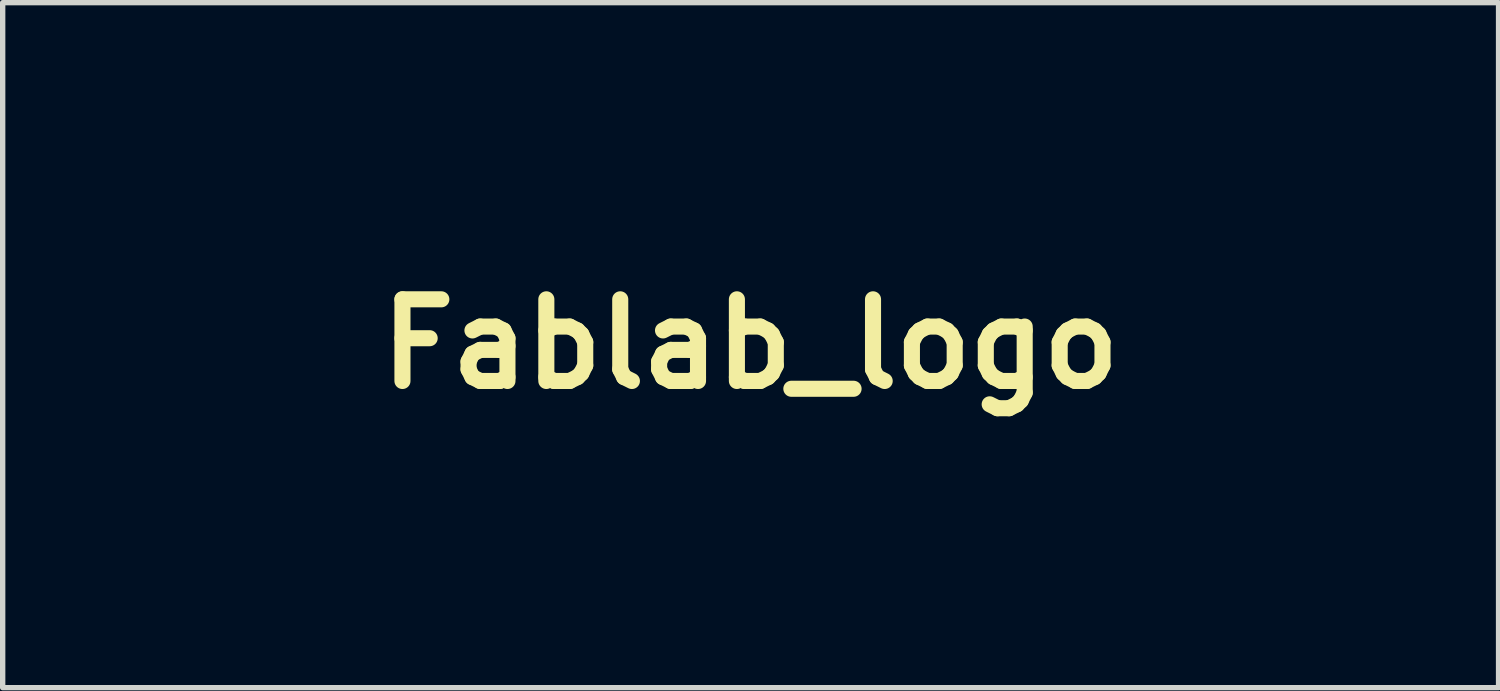
<source format=kicad_pcb>
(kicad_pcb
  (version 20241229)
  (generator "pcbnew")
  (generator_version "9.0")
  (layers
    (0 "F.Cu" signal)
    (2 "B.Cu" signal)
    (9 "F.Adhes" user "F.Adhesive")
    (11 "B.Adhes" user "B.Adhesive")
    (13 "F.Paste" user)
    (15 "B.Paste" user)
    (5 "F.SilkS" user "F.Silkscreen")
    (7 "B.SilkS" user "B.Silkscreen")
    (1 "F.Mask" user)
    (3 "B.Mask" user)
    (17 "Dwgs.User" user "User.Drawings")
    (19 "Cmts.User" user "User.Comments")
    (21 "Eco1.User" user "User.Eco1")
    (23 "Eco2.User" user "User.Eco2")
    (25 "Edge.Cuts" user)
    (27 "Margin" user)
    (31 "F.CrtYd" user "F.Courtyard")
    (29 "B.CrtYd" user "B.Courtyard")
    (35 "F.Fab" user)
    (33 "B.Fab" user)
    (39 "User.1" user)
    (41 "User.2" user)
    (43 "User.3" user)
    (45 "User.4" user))
  (footprint "Fablab_logo"
    (layer "F.Cu")
    (at 10.955 3.37)
    (property "Reference" "Fablab_logo" (at 0 0 0) (layer "F.SilkS") (effects (font (size 1.524 1.524) (thickness 0.3))))
    (attr through_hole)
    (fp_poly (pts (xy 4.223 -0.222) (xy 5.747 -0.222) (xy 5.747 0.318) (xy 3.651 0.318) (xy 3.651 -3.365) (xy 4.223 -3.365) (xy 4.223 -0.222)) (stroke (width 0.01) (type solid)) (fill yes) (layer "F.Mask"))
    (fp_poly (pts (xy 9.176 2.889) (xy 8.635 2.889) (xy 8.644 1.722) (xy 8.652 0.556) (xy 8.914 0.546) (xy 9.176 0.537) (xy 9.176 2.889)) (stroke (width 0.01) (type solid)) (fill yes) (layer "F.Mask"))
    (fp_poly (pts (xy 2.614 0.52) (xy 2.801 0.593) (xy 2.959 0.707) (xy 3.051 0.819) (xy 3.096 0.901) (xy 3.132 0.996) (xy 3.159 1.111) (xy 3.18 1.254) (xy 3.194 1.432) (xy 3.202 1.654) (xy 3.206 1.926) (xy 3.207 2.122) (xy 3.207 2.889) (xy 2.635 2.889) (xy 2.635 2.094) (xy 2.634 1.818) (xy 2.631 1.598) (xy 2.624 1.426) (xy 2.611 1.297) (xy 2.592 1.202) (xy 2.564 1.135) (xy 2.527 1.088) (xy 2.479 1.054) (xy 2.423 1.027) (xy 2.261 0.99) (xy 2.105 1.009) (xy 1.967 1.079) (xy 1.861 1.196) (xy 1.85 1.215) (xy 1.832 1.255) (xy 1.818 1.306) (xy 1.807 1.378) (xy 1.799 1.478) (xy 1.793 1.615) (xy 1.788 1.797) (xy 1.784 2.031) (xy 1.783 2.103) (xy 1.773 2.889) (xy 1.206 2.889) (xy 1.214 1.722) (xy 1.222 0.556) (xy 1.762 0.556) (xy 1.778 0.651) (xy 1.797 0.711) (xy 1.819 0.709) (xy 1.821 0.706) (xy 1.861 0.67) (xy 1.94 0.62) (xy 2.01 0.581) (xy 2.206 0.511) (xy 2.412 0.492) (xy 2.614 0.52)) (stroke (width 0.01) (type solid)) (fill yes) (layer "F.Mask"))
    (fp_poly (pts (xy 4.962 0.504) (xy 4.977 0.507) (xy 5.152 0.552) (xy 5.286 0.62) (xy 5.402 0.721) (xy 5.423 0.744) (xy 5.477 0.812) (xy 5.521 0.883) (xy 5.554 0.965) (xy 5.58 1.066) (xy 5.598 1.194) (xy 5.609 1.357) (xy 5.616 1.562) (xy 5.619 1.817) (xy 5.62 2.038) (xy 5.62 2.889) (xy 5.08 2.889) (xy 5.079 2.151) (xy 5.078 1.877) (xy 5.074 1.659) (xy 5.067 1.488) (xy 5.054 1.358) (xy 5.036 1.26) (xy 5.012 1.186) (xy 4.98 1.13) (xy 4.939 1.083) (xy 4.88 1.034) (xy 4.812 1.01) (xy 4.712 1.002) (xy 4.675 1.002) (xy 4.512 1.019) (xy 4.393 1.072) (xy 4.307 1.17) (xy 4.267 1.248) (xy 4.249 1.301) (xy 4.234 1.368) (xy 4.223 1.456) (xy 4.214 1.576) (xy 4.207 1.735) (xy 4.201 1.942) (xy 4.198 2.135) (xy 4.184 2.889) (xy 3.651 2.889) (xy 3.651 0.54) (xy 4.191 0.54) (xy 4.191 0.635) (xy 4.196 0.702) (xy 4.207 0.73) (xy 4.207 0.73) (xy 4.24 0.713) (xy 4.306 0.67) (xy 4.352 0.637) (xy 4.536 0.541) (xy 4.745 0.496) (xy 4.962 0.504)) (stroke (width 0.01) (type solid)) (fill yes) (layer "F.Mask"))
    (fp_poly (pts (xy -1.626 -3.104) (xy -1.635 -2.842) (xy -2.262 -2.833) (xy -2.889 -2.824) (xy -2.889 -1.968) (xy -1.683 -1.968) (xy -1.683 -1.429) (xy -2.889 -1.429) (xy -2.889 -0.135) (xy -2.888 1.159) (xy -2.676 0.937) (xy -2.578 0.835) (xy -2.449 0.701) (xy -2.304 0.551) (xy -2.155 0.397) (xy -2.084 0.323) (xy -1.704 -0.068) (xy -1.33 0.305) (xy -1.857 0.849) (xy -2.383 1.393) (xy -1.6 2.355) (xy -1.426 2.57) (xy -1.263 2.769) (xy -1.117 2.949) (xy -0.992 3.103) (xy -0.893 3.225) (xy -0.823 3.311) (xy -0.788 3.354) (xy -0.785 3.358) (xy -0.784 3.375) (xy -0.819 3.387) (xy -0.897 3.394) (xy -1.026 3.397) (xy -1.131 3.397) (xy -1.508 3.397) (xy -2.126 2.617) (xy -2.279 2.425) (xy -2.42 2.248) (xy -2.543 2.094) (xy -2.645 1.969) (xy -2.72 1.878) (xy -2.763 1.828) (xy -2.77 1.821) (xy -2.814 1.824) (xy -2.843 1.843) (xy -2.861 1.87) (xy -2.874 1.923) (xy -2.883 2.011) (xy -2.887 2.143) (xy -2.889 2.326) (xy -2.889 2.385) (xy -2.889 2.889) (xy -3.461 2.889) (xy -3.461 -3.365) (xy -1.617 -3.365) (xy -1.626 -3.104)) (stroke (width 0.01) (type solid)) (fill yes) (layer "F.Mask"))
    (fp_poly (pts (xy 7.031 -2.074) (xy 7.255 -2.016) (xy 7.463 -1.907) (xy 7.604 -1.812) (xy 7.62 -1.914) (xy 7.636 -2.016) (xy 8.176 -2.016) (xy 8.184 -0.849) (xy 8.192 0.318) (xy 7.624 0.318) (xy 7.614 0.222) (xy 7.604 0.126) (xy 7.484 0.207) (xy 7.268 0.318) (xy 7.032 0.374) (xy 6.789 0.373) (xy 6.62 0.337) (xy 6.405 0.238) (xy 6.219 0.088) (xy 6.066 -0.103) (xy 5.951 -0.327) (xy 5.877 -0.575) (xy 5.85 -0.84) (xy 5.856 -0.911) (xy 6.415 -0.911) (xy 6.428 -0.711) (xy 6.48 -0.523) (xy 6.565 -0.359) (xy 6.679 -0.232) (xy 6.795 -0.163) (xy 6.905 -0.138) (xy 7.044 -0.13) (xy 7.18 -0.141) (xy 7.261 -0.161) (xy 7.416 -0.252) (xy 7.536 -0.391) (xy 7.614 -0.572) (xy 7.649 -0.787) (xy 7.651 -0.841) (xy 7.628 -1.064) (xy 7.561 -1.253) (xy 7.456 -1.404) (xy 7.32 -1.511) (xy 7.158 -1.569) (xy 6.975 -1.573) (xy 6.887 -1.555) (xy 6.74 -1.487) (xy 6.605 -1.374) (xy 6.498 -1.234) (xy 6.445 -1.111) (xy 6.415 -0.911) (xy 5.856 -0.911) (xy 5.873 -1.109) (xy 5.947 -1.37) (xy 6.062 -1.595) (xy 6.213 -1.781) (xy 6.392 -1.926) (xy 6.593 -2.025) (xy 6.808 -2.076) (xy 7.031 -2.074)) (stroke (width 0.01) (type solid)) (fill yes) (layer "F.Mask"))
    (fp_poly (pts (xy -0.245 0.517) (xy -0.067 0.573) (xy 0.086 0.654) (xy 0.164 0.72) (xy 0.238 0.8) (xy 0.27 0.556) (xy 0.81 0.556) (xy 0.818 1.722) (xy 0.826 2.889) (xy 0.258 2.889) (xy 0.248 2.793) (xy 0.238 2.697) (xy 0.118 2.779) (xy -0.102 2.892) (xy -0.34 2.947) (xy -0.586 2.942) (xy -0.781 2.895) (xy -0.995 2.789) (xy -1.174 2.639) (xy -1.317 2.451) (xy -1.422 2.236) (xy -1.489 2.001) (xy -1.515 1.755) (xy -1.513 1.734) (xy -0.952 1.734) (xy -0.926 1.952) (xy -0.851 2.144) (xy -0.73 2.301) (xy -0.623 2.384) (xy -0.514 2.425) (xy -0.372 2.443) (xy -0.224 2.44) (xy -0.099 2.413) (xy -0.07 2.4) (xy 0.089 2.283) (xy 0.202 2.123) (xy 0.268 1.923) (xy 0.286 1.722) (xy 0.265 1.527) (xy 0.209 1.347) (xy 0.122 1.199) (xy 0.035 1.113) (xy -0.139 1.026) (xy -0.321 0.998) (xy -0.501 1.028) (xy -0.67 1.117) (xy -0.75 1.186) (xy -0.86 1.324) (xy -0.925 1.481) (xy -0.951 1.674) (xy -0.952 1.734) (xy -1.513 1.734) (xy -1.499 1.507) (xy -1.441 1.265) (xy -1.339 1.037) (xy -1.191 0.833) (xy -1.105 0.746) (xy -0.902 0.606) (xy -0.673 0.522) (xy -0.429 0.496) (xy -0.245 0.517)) (stroke (width 0.01) (type solid)) (fill yes) (layer "F.Mask"))
    (fp_poly (pts (xy 9.176 -1.778) (xy 9.317 -1.886) (xy 9.482 -1.992) (xy 9.649 -2.052) (xy 9.844 -2.076) (xy 9.91 -2.077) (xy 10.148 -2.046) (xy 10.369 -1.958) (xy 10.564 -1.818) (xy 10.728 -1.634) (xy 10.852 -1.41) (xy 10.895 -1.291) (xy 10.941 -1.071) (xy 10.954 -0.83) (xy 10.936 -0.59) (xy 10.887 -0.374) (xy 10.851 -0.278) (xy 10.733 -0.079) (xy 10.578 0.1) (xy 10.402 0.24) (xy 10.336 0.278) (xy 10.205 0.326) (xy 10.042 0.359) (xy 9.871 0.376) (xy 9.716 0.372) (xy 9.62 0.353) (xy 9.481 0.296) (xy 9.346 0.222) (xy 9.247 0.15) (xy 9.176 0.084) (xy 9.176 0.318) (xy 8.636 0.318) (xy 8.636 -0.762) (xy 9.156 -0.762) (xy 9.197 -0.57) (xy 9.275 -0.398) (xy 9.385 -0.261) (xy 9.497 -0.181) (xy 9.647 -0.137) (xy 9.818 -0.13) (xy 9.983 -0.16) (xy 10.068 -0.196) (xy 10.213 -0.313) (xy 10.32 -0.471) (xy 10.385 -0.661) (xy 10.402 -0.87) (xy 10.384 -1.024) (xy 10.317 -1.225) (xy 10.215 -1.38) (xy 10.086 -1.49) (xy 9.939 -1.557) (xy 9.783 -1.579) (xy 9.627 -1.558) (xy 9.479 -1.495) (xy 9.349 -1.389) (xy 9.244 -1.241) (xy 9.175 -1.052) (xy 9.158 -0.96) (xy 9.156 -0.762) (xy 8.636 -0.762) (xy 8.636 -3.365) (xy 9.176 -3.365) (xy 9.176 -1.778)) (stroke (width 0.01) (type solid)) (fill yes) (layer "F.Mask"))
    (fp_poly (pts (xy -10.383 -1.516) (xy -10.225 -1.413) (xy -10.216 0.076) (xy -10.208 1.564) (xy -9.446 2) (xy -9.436 1.71) (xy -9.434 1.566) (xy -9.438 1.471) (xy -9.452 1.408) (xy -9.477 1.364) (xy -9.487 1.353) (xy -9.619 1.168) (xy -9.723 0.949) (xy -9.793 0.712) (xy -9.827 0.475) (xy -9.82 0.254) (xy -9.798 0.148) (xy -9.714 -0.047) (xy -9.596 -0.193) (xy -9.449 -0.289) (xy -9.279 -0.336) (xy -9.093 -0.332) (xy -8.896 -0.277) (xy -8.694 -0.171) (xy -8.494 -0.013) (xy -8.442 0.038) (xy -8.271 0.243) (xy -8.137 0.468) (xy -8.042 0.702) (xy -7.988 0.938) (xy -7.974 1.167) (xy -8.003 1.38) (xy -8.074 1.569) (xy -8.19 1.725) (xy -8.239 1.769) (xy -8.35 1.857) (xy -8.349 2.651) (xy -8.017 2.842) (xy -7.684 3.032) (xy -7.684 3.215) (xy -7.684 3.397) (xy -7.834 3.394) (xy -7.962 3.385) (xy -8.103 3.369) (xy -8.147 3.363) (xy -8.362 3.315) (xy -8.606 3.24) (xy -8.856 3.147) (xy -9.089 3.043) (xy -9.112 3.032) (xy -9.504 2.8) (xy -9.858 2.519) (xy -10.17 2.193) (xy -10.437 1.827) (xy -10.654 1.424) (xy -10.783 1.099) (xy -10.891 0.694) (xy -10.946 0.271) (xy -10.95 -0.159) (xy -10.904 -0.584) (xy -10.808 -0.993) (xy -10.662 -1.375) (xy -10.624 -1.452) (xy -10.54 -1.619) (xy -10.383 -1.516)) (stroke (width 0.01) (type solid)) (fill yes) (layer "F.Mask"))
    (fp_poly (pts (xy -0.27 -2.059) (xy -0.087 -2.012) (xy 0.065 -1.938) (xy 0.146 -1.87) (xy 0.204 -1.819) (xy 0.239 -1.824) (xy 0.257 -1.89) (xy 0.26 -1.913) (xy 0.27 -2.016) (xy 0.81 -2.016) (xy 0.818 -0.849) (xy 0.826 0.318) (xy 0.254 0.318) (xy 0.254 0.222) (xy 0.25 0.156) (xy 0.232 0.133) (xy 0.186 0.154) (xy 0.115 0.206) (xy -0.07 0.309) (xy -0.285 0.367) (xy -0.516 0.377) (xy -0.745 0.337) (xy -0.762 0.332) (xy -0.971 0.234) (xy -1.153 0.086) (xy -1.302 -0.104) (xy -1.416 -0.328) (xy -1.487 -0.576) (xy -1.513 -0.84) (xy -1.513 -0.845) (xy -0.952 -0.845) (xy -0.929 -0.64) (xy -0.864 -0.455) (xy -0.763 -0.303) (xy -0.634 -0.194) (xy -0.59 -0.172) (xy -0.465 -0.139) (xy -0.314 -0.13) (xy -0.17 -0.143) (xy -0.105 -0.161) (xy 0.043 -0.249) (xy 0.159 -0.382) (xy 0.241 -0.549) (xy 0.284 -0.737) (xy 0.287 -0.937) (xy 0.244 -1.134) (xy 0.202 -1.234) (xy 0.091 -1.397) (xy -0.051 -1.508) (xy -0.213 -1.568) (xy -0.385 -1.573) (xy -0.557 -1.523) (xy -0.718 -1.415) (xy -0.75 -1.386) (xy -0.862 -1.244) (xy -0.927 -1.082) (xy -0.952 -0.885) (xy -0.952 -0.845) (xy -1.513 -0.845) (xy -1.499 -1.054) (xy -1.432 -1.324) (xy -1.319 -1.566) (xy -1.164 -1.771) (xy -0.972 -1.932) (xy -0.831 -2.008) (xy -0.659 -2.059) (xy -0.466 -2.075) (xy -0.27 -2.059)) (stroke (width 0.01) (type solid)) (fill yes) (layer "F.Mask"))
    (fp_poly (pts (xy 7.205 0.537) (xy 7.433 0.64) (xy 7.547 0.717) (xy 7.652 0.797) (xy 7.652 0.54) (xy 8.191 0.54) (xy 8.191 2.889) (xy 7.652 2.889) (xy 7.652 2.671) (xy 7.491 2.779) (xy 7.382 2.845) (xy 7.272 2.898) (xy 7.214 2.92) (xy 7.093 2.941) (xy 6.945 2.949) (xy 6.797 2.944) (xy 6.68 2.926) (xy 6.668 2.923) (xy 6.445 2.823) (xy 6.245 2.671) (xy 6.078 2.476) (xy 5.979 2.302) (xy 5.941 2.217) (xy 5.916 2.142) (xy 5.9 2.06) (xy 5.893 1.957) (xy 5.89 1.815) (xy 5.89 1.718) (xy 6.421 1.718) (xy 6.443 1.914) (xy 6.502 2.095) (xy 6.596 2.25) (xy 6.722 2.365) (xy 6.767 2.39) (xy 6.912 2.434) (xy 7.082 2.442) (xy 7.248 2.415) (xy 7.335 2.381) (xy 7.473 2.277) (xy 7.576 2.131) (xy 7.642 1.956) (xy 7.67 1.764) (xy 7.657 1.568) (xy 7.602 1.38) (xy 7.524 1.242) (xy 7.392 1.108) (xy 7.237 1.026) (xy 7.069 0.995) (xy 6.9 1.014) (xy 6.74 1.082) (xy 6.602 1.198) (xy 6.506 1.34) (xy 6.441 1.522) (xy 6.421 1.718) (xy 5.89 1.718) (xy 5.89 1.714) (xy 5.891 1.545) (xy 5.895 1.423) (xy 5.906 1.333) (xy 5.925 1.259) (xy 5.954 1.187) (xy 5.976 1.142) (xy 6.11 0.918) (xy 6.27 0.745) (xy 6.467 0.614) (xy 6.495 0.6) (xy 6.731 0.516) (xy 6.969 0.496) (xy 7.205 0.537)) (stroke (width 0.01) (type solid)) (fill yes) (layer "F.Mask"))
    (fp_poly (pts (xy 1.778 -2.588) (xy 1.779 -2.373) (xy 1.782 -2.181) (xy 1.787 -2.02) (xy 1.792 -1.899) (xy 1.799 -1.827) (xy 1.805 -1.81) (xy 1.844 -1.831) (xy 1.886 -1.87) (xy 2.006 -1.961) (xy 2.169 -2.027) (xy 2.356 -2.065) (xy 2.552 -2.073) (xy 2.74 -2.049) (xy 2.864 -2.008) (xy 3.039 -1.903) (xy 3.207 -1.755) (xy 3.347 -1.583) (xy 3.411 -1.471) (xy 3.503 -1.224) (xy 3.545 -0.965) (xy 3.54 -0.705) (xy 3.491 -0.453) (xy 3.401 -0.218) (xy 3.272 -0.01) (xy 3.108 0.161) (xy 2.911 0.287) (xy 2.895 0.294) (xy 2.752 0.339) (xy 2.58 0.365) (xy 2.402 0.372) (xy 2.242 0.359) (xy 2.153 0.335) (xy 2.049 0.287) (xy 1.938 0.223) (xy 1.914 0.208) (xy 1.794 0.126) (xy 1.784 0.222) (xy 1.774 0.318) (xy 1.206 0.318) (xy 1.206 -0.85) (xy 1.746 -0.85) (xy 1.77 -0.621) (xy 1.841 -0.428) (xy 1.955 -0.277) (xy 2.111 -0.17) (xy 2.111 -0.17) (xy 2.224 -0.14) (xy 2.366 -0.133) (xy 2.511 -0.147) (xy 2.635 -0.181) (xy 2.69 -0.211) (xy 2.838 -0.356) (xy 2.933 -0.532) (xy 2.976 -0.745) (xy 2.976 -0.751) (xy 2.976 -0.969) (xy 2.937 -1.148) (xy 2.857 -1.3) (xy 2.792 -1.38) (xy 2.641 -1.501) (xy 2.469 -1.565) (xy 2.288 -1.573) (xy 2.107 -1.522) (xy 1.997 -1.458) (xy 1.892 -1.348) (xy 1.81 -1.194) (xy 1.76 -1.01) (xy 1.746 -0.85) (xy 1.206 -0.85) (xy 1.206 -3.365) (xy 1.778 -3.365) (xy 1.778 -2.588)) (stroke (width 0.01) (type solid)) (fill yes) (layer "F.Mask"))
    (fp_poly (pts (xy -4.56 -1.56) (xy -4.521 -1.484) (xy -4.472 -1.374) (xy -4.419 -1.242) (xy -4.367 -1.101) (xy -4.321 -0.964) (xy -4.305 -0.91) (xy -4.265 -0.752) (xy -4.227 -0.564) (xy -4.197 -0.379) (xy -4.19 -0.324) (xy -4.173 0.092) (xy -4.212 0.517) (xy -4.307 0.941) (xy -4.453 1.352) (xy -4.648 1.742) (xy -4.858 2.059) (xy -5.144 2.389) (xy -5.472 2.679) (xy -5.835 2.927) (xy -6.224 3.127) (xy -6.631 3.275) (xy -7.048 3.366) (xy -7.241 3.387) (xy -7.493 3.407) (xy -7.493 3.057) (xy -6.191 2.298) (xy -4.89 1.54) (xy -4.889 0.538) (xy -4.961 0.575) (xy -5.082 0.644) (xy -5.195 0.717) (xy -5.289 0.785) (xy -5.349 0.839) (xy -5.366 0.866) (xy -5.379 0.912) (xy -5.413 0.999) (xy -5.463 1.109) (xy -5.476 1.138) (xy -5.616 1.372) (xy -5.788 1.571) (xy -5.985 1.726) (xy -6.198 1.833) (xy -6.418 1.884) (xy -6.493 1.888) (xy -6.678 1.868) (xy -6.828 1.802) (xy -6.956 1.682) (xy -6.999 1.626) (xy -7.046 1.552) (xy -7.075 1.481) (xy -7.093 1.392) (xy -7.103 1.267) (xy -7.106 1.211) (xy -7.108 1.01) (xy -7.09 0.846) (xy -7.066 0.743) (xy -6.968 0.485) (xy -6.835 0.25) (xy -6.673 0.042) (xy -6.489 -0.129) (xy -6.291 -0.258) (xy -6.086 -0.337) (xy -5.91 -0.36) (xy -5.734 -0.34) (xy -5.588 -0.285) (xy -5.495 -0.21) (xy -5.471 -0.19) (xy -5.434 -0.189) (xy -5.372 -0.208) (xy -5.276 -0.252) (xy -5.172 -0.303) (xy -4.89 -0.445) (xy -4.889 -0.946) (xy -4.889 -1.448) (xy -4.746 -1.518) (xy -4.66 -1.558) (xy -4.6 -1.583) (xy -4.585 -1.587) (xy -4.56 -1.56)) (stroke (width 0.01) (type solid)) (fill yes) (layer "F.Mask"))
    (fp_poly (pts (xy -7.338 -3.355) (xy -7.073 -3.331) (xy -6.835 -3.294) (xy -6.699 -3.261) (xy -6.243 -3.1) (xy -5.826 -2.89) (xy -5.449 -2.632) (xy -5.114 -2.327) (xy -4.822 -1.976) (xy -4.765 -1.895) (xy -4.711 -1.811) (xy -4.678 -1.752) (xy -4.672 -1.732) (xy -4.714 -1.706) (xy -4.789 -1.668) (xy -4.873 -1.629) (xy -4.945 -1.598) (xy -4.981 -1.588) (xy -5.013 -1.603) (xy -5.095 -1.647) (xy -5.221 -1.717) (xy -5.385 -1.81) (xy -5.581 -1.922) (xy -5.805 -2.05) (xy -6.049 -2.192) (xy -6.276 -2.323) (xy -6.534 -2.473) (xy -6.777 -2.613) (xy -6.997 -2.739) (xy -7.19 -2.848) (xy -7.349 -2.938) (xy -7.47 -3.005) (xy -7.546 -3.046) (xy -7.572 -3.057) (xy -7.606 -3.042) (xy -7.683 -3.002) (xy -7.79 -2.944) (xy -7.917 -2.874) (xy -8.05 -2.8) (xy -8.177 -2.727) (xy -8.287 -2.664) (xy -8.367 -2.616) (xy -8.406 -2.59) (xy -8.406 -2.59) (xy -8.387 -2.57) (xy -8.327 -2.525) (xy -8.248 -2.472) (xy -8.151 -2.411) (xy -8.081 -2.382) (xy -8.015 -2.378) (xy -7.938 -2.389) (xy -7.821 -2.402) (xy -7.665 -2.405) (xy -7.492 -2.399) (xy -7.324 -2.387) (xy -7.182 -2.368) (xy -7.112 -2.352) (xy -6.904 -2.265) (xy -6.727 -2.142) (xy -6.589 -1.993) (xy -6.493 -1.825) (xy -6.445 -1.647) (xy -6.452 -1.468) (xy -6.477 -1.382) (xy -6.542 -1.271) (xy -6.649 -1.149) (xy -6.783 -1.033) (xy -6.926 -0.937) (xy -6.993 -0.902) (xy -7.089 -0.862) (xy -7.175 -0.835) (xy -7.27 -0.818) (xy -7.393 -0.809) (xy -7.556 -0.804) (xy -7.775 -0.805) (xy -7.951 -0.817) (xy -8.07 -0.839) (xy -8.329 -0.934) (xy -8.54 -1.058) (xy -8.7 -1.207) (xy -8.807 -1.378) (xy -8.855 -1.566) (xy -8.858 -1.627) (xy -8.858 -1.773) (xy -9.099 -1.919) (xy -9.339 -2.065) (xy -9.738 -1.821) (xy -10.137 -1.576) (xy -10.283 -1.659) (xy -10.367 -1.71) (xy -10.424 -1.753) (xy -10.438 -1.77) (xy -10.424 -1.81) (xy -10.377 -1.886) (xy -10.304 -1.986) (xy -10.216 -2.101) (xy -10.119 -2.217) (xy -10.024 -2.324) (xy -9.958 -2.392) (xy -9.612 -2.687) (xy -9.227 -2.936) (xy -8.813 -3.133) (xy -8.379 -3.275) (xy -8.088 -3.335) (xy -7.867 -3.358) (xy -7.61 -3.364) (xy -7.338 -3.355)) (stroke (width 0.01) (type solid)) (fill yes) (layer "F.Mask")))
  (gr_rect
    (start -3 -3)
    (end 24.914 9.782)
    (stroke (width 0.1) (type default))
    (fill no)
    (layer "Edge.Cuts")))
</source>
